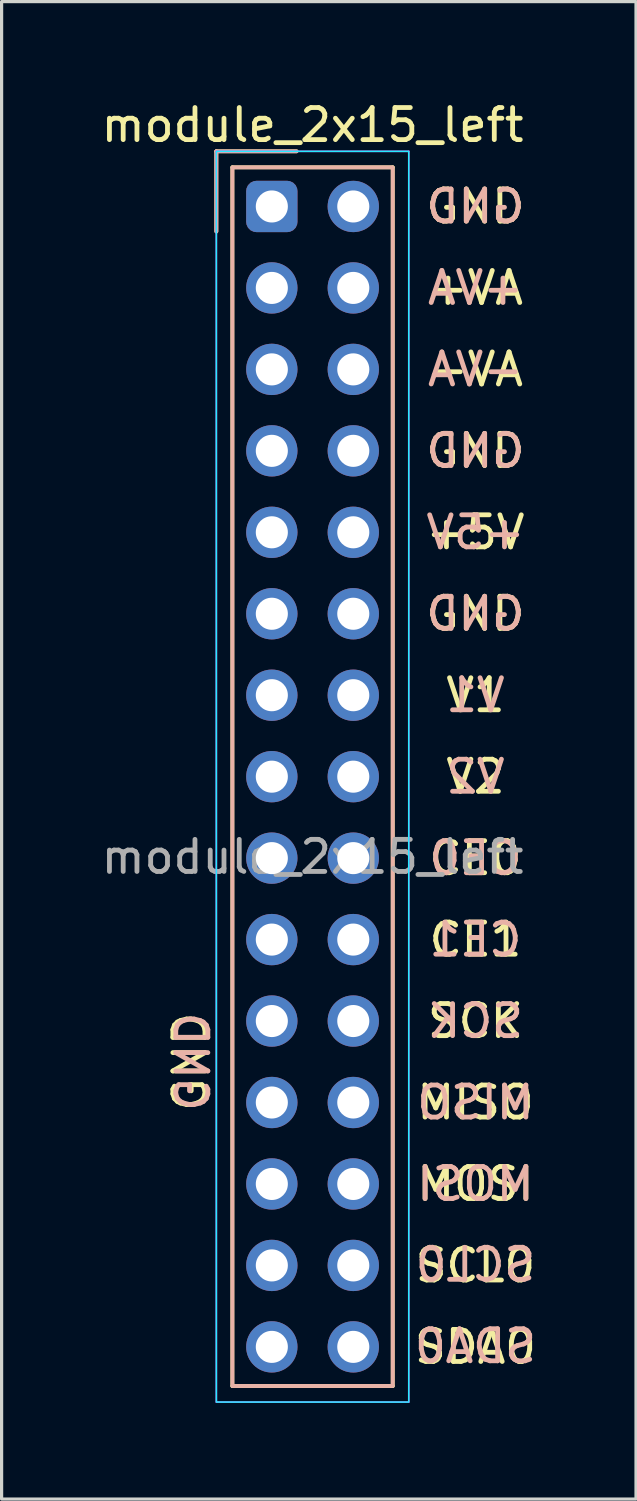
<source format=kicad_pcb>
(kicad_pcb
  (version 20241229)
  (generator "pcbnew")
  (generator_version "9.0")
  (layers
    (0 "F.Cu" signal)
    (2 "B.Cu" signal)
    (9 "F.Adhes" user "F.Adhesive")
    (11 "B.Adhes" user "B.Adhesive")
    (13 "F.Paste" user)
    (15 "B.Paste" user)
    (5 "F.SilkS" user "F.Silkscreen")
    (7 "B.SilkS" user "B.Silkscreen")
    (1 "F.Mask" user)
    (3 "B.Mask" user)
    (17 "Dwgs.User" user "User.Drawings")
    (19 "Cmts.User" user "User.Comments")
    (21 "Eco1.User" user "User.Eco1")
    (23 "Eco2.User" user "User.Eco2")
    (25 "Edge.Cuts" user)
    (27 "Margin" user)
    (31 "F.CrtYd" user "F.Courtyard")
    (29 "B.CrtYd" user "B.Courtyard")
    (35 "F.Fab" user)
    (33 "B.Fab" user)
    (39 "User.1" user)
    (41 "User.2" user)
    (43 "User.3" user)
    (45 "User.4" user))
  (footprint "module_2x15_left"
    (layer "F.Cu")
    (at 6.696 21.168)
    (property "Reference" "module_2x15_left" (at 0 -20.32 0) (unlocked yes) (layer "F.SilkS") (effects (font (size 1 1) (thickness 0.15))))
    (attr through_hole)
    (fp_line (start -3 -19.5) (end -0.5 -19.5) (stroke (width 0.12) (type solid)) (layer "F.SilkS"))
    (fp_line (start -3 -17) (end -3 -19.5) (stroke (width 0.12) (type solid)) (layer "F.SilkS"))
    (fp_line (start -2.5 -19) (end 2.5 -19) (stroke (width 0.12) (type solid)) (layer "F.SilkS"))
    (fp_line (start -2.5 19) (end -2.5 -19) (stroke (width 0.12) (type solid)) (layer "F.SilkS"))
    (fp_line (start 2.5 -19) (end 2.5 19) (stroke (width 0.12) (type solid)) (layer "F.SilkS"))
    (fp_line (start 2.5 19) (end -2.5 19) (stroke (width 0.12) (type solid)) (layer "F.SilkS"))
    (fp_line (start -3 -19.5) (end -0.5 -19.5) (stroke (width 0.12) (type solid)) (layer "B.SilkS"))
    (fp_line (start -3 -17) (end -3 -19.5) (stroke (width 0.12) (type solid)) (layer "B.SilkS"))
    (fp_rect (start -2.5 -19) (end 2.5 19) (stroke (width 0.12) (type solid)) (fill no) (layer "B.SilkS"))
    (fp_rect (start -3 -19.5) (end 3 19.5) (stroke (width 0.05) (type solid)) (fill no) (layer "B.CrtYd"))
    (fp_line (start -3 -19.5) (end 3 -19.5) (stroke (width 0.05) (type solid)) (layer "F.CrtYd"))
    (fp_line (start -3 19.5) (end -3 -19.5) (stroke (width 0.05) (type solid)) (layer "F.CrtYd"))
    (fp_line (start 3 -19.5) (end 3 19.5) (stroke (width 0.05) (type solid)) (layer "F.CrtYd"))
    (fp_line (start 3 19.5) (end -3 19.5) (stroke (width 0.05) (type solid)) (layer "F.CrtYd"))
    (fp_text user "MOSI" (at 5.08 12.7 0) (unlocked yes) (layer "F.SilkS") (effects (font (size 1 1) (thickness 0.15))))
    (fp_text user "-VA" (at 5.08 -12.7 0) (unlocked yes) (layer "F.SilkS") (effects (font (size 1 1) (thickness 0.15))))
    (fp_text user "GND" (at -3.81 8.89 90) (unlocked yes) (layer "F.SilkS") (effects (font (size 1 1) (thickness 0.15))))
    (fp_text user "+VA" (at 5.08 -15.24 0) (unlocked yes) (layer "F.SilkS") (effects (font (size 1 1) (thickness 0.15))))
    (fp_text user "V1" (at 5.08 -2.54 0) (unlocked yes) (layer "F.SilkS") (effects (font (size 1 1) (thickness 0.15))))
    (fp_text user "CE0" (at 5.08 2.54 0) (unlocked yes) (layer "F.SilkS") (effects (font (size 1 1) (thickness 0.15))))
    (fp_text user "V2" (at 5.08 0 0) (unlocked yes) (layer "F.SilkS") (effects (font (size 1 1) (thickness 0.15))))
    (fp_text user "MISO" (at 5.08 10.16 0) (unlocked yes) (layer "F.SilkS") (effects (font (size 1 1) (thickness 0.15))))
    (fp_text user "SCL0" (at 5.08 15.24 0) (unlocked yes) (layer "F.SilkS") (effects (font (size 1 1) (thickness 0.15))))
    (fp_text user "GND" (at 5.08 -5.08 0) (unlocked yes) (layer "F.SilkS") (effects (font (size 1 1) (thickness 0.15))))
    (fp_text user "SCK" (at 5.08 7.62 0) (unlocked yes) (layer "F.SilkS") (effects (font (size 1 1) (thickness 0.15))))
    (fp_text user "SDA0" (at 5.08 17.78 0) (unlocked yes) (layer "F.SilkS") (effects (font (size 1 1) (thickness 0.15))))
    (fp_text user "CE1" (at 5.08 5.08 0) (unlocked yes) (layer "F.SilkS") (effects (font (size 1 1) (thickness 0.15))))
    (fp_text user "+5V" (at 5.08 -7.62 0) (unlocked yes) (layer "F.SilkS") (effects (font (size 1 1) (thickness 0.15))))
    (fp_text user "GND" (at 5.08 -10.16 0) (unlocked yes) (layer "F.SilkS") (effects (font (size 1 1) (thickness 0.15))))
    (fp_text user "GND" (at 5.08 -17.78 0) (unlocked yes) (layer "F.SilkS") (effects (font (size 1 1) (thickness 0.15))))
    (fp_text user "SDA0" (at 5.08 17.759 0) (unlocked yes) (layer "B.SilkS") (effects (font (size 1 1) (thickness 0.15)) (justify mirror)))
    (fp_text user "MISO" (at 5.08 10.16 0) (unlocked yes) (layer "B.SilkS") (effects (font (size 1 1) (thickness 0.15)) (justify mirror)))
    (fp_text user "MOSI" (at 5.08 12.7 0) (unlocked yes) (layer "B.SilkS") (effects (font (size 1 1) (thickness 0.15)) (justify mirror)))
    (fp_text user "SCL0" (at 5.08 15.219 0) (unlocked yes) (layer "B.SilkS") (effects (font (size 1 1) (thickness 0.15)) (justify mirror)))
    (fp_text user "GND" (at 5.08 -5.08 0) (unlocked yes) (layer "B.SilkS") (effects (font (size 1 1) (thickness 0.15)) (justify mirror)))
    (fp_text user "GND" (at 5.08 -17.78 0) (unlocked yes) (layer "B.SilkS") (effects (font (size 1 1) (thickness 0.15)) (justify mirror)))
    (fp_text user "CE0" (at 5.08 2.54 0) (unlocked yes) (layer "B.SilkS") (effects (font (size 1 1) (thickness 0.15)) (justify mirror)))
    (fp_text user "V1" (at 5.08 -2.54 0) (unlocked yes) (layer "B.SilkS") (effects (font (size 1 1) (thickness 0.15)) (justify mirror)))
    (fp_text user "GND" (at -3.81 8.89 270) (unlocked yes) (layer "B.SilkS") (effects (font (size 1 1) (thickness 0.15)) (justify mirror)))
    (fp_text user "-VA" (at 5.08 -12.7 0) (unlocked yes) (layer "B.SilkS") (effects (font (size 1 1) (thickness 0.15)) (justify mirror)))
    (fp_text user "+VA" (at 5.08 -15.24 0) (unlocked yes) (layer "B.SilkS") (effects (font (size 1 1) (thickness 0.15)) (justify mirror)))
    (fp_text user "V2" (at 5.08 0 0) (unlocked yes) (layer "B.SilkS") (effects (font (size 1 1) (thickness 0.15)) (justify mirror)))
    (fp_text user "SCK" (at 5.08 7.62 0) (unlocked yes) (layer "B.SilkS") (effects (font (size 1 1) (thickness 0.15)) (justify mirror)))
    (fp_text user "GND" (at 5.08 -10.16 0) (unlocked yes) (layer "B.SilkS") (effects (font (size 1 1) (thickness 0.15)) (justify mirror)))
    (fp_text user "CE1" (at 5.08 5.08 0) (unlocked yes) (layer "B.SilkS") (effects (font (size 1 1) (thickness 0.15)) (justify mirror)))
    (fp_text user "+5V" (at 5.08 -7.62 0) (unlocked yes) (layer "B.SilkS") (effects (font (size 1 1) (thickness 0.15)) (justify mirror)))
    (fp_text user "${REFERENCE}" (at 0 2.5 0) (unlocked yes) (layer "F.Fab") (effects (font (size 1 1) (thickness 0.15))))
    (pad "1" thru_hole roundrect (at -1.27 -17.78) (size 1.6 1.6) (drill 1) (layers "*.Cu" "*.Mask") (roundrect_rratio 0.2))
    (pad "2" thru_hole circle (at 1.27 -17.78) (size 1.6 1.6) (drill 1) (layers "*.Cu" "*.Mask"))
    (pad "3" thru_hole circle (at -1.27 -15.24) (size 1.6 1.6) (drill 1) (layers "*.Cu" "*.Mask"))
    (pad "4" thru_hole circle (at 1.27 -15.24) (size 1.6 1.6) (drill 1) (layers "*.Cu" "*.Mask"))
    (pad "5" thru_hole circle (at -1.27 -12.7) (size 1.6 1.6) (drill 1) (layers "*.Cu" "*.Mask"))
    (pad "6" thru_hole circle (at 1.27 -12.7) (size 1.6 1.6) (drill 1) (layers "*.Cu" "*.Mask"))
    (pad "7" thru_hole circle (at -1.27 -10.16) (size 1.6 1.6) (drill 1) (layers "*.Cu" "*.Mask"))
    (pad "8" thru_hole circle (at 1.27 -10.16) (size 1.6 1.6) (drill 1) (layers "*.Cu" "*.Mask"))
    (pad "9" thru_hole circle (at -1.27 -7.62) (size 1.6 1.6) (drill 1) (layers "*.Cu" "*.Mask"))
    (pad "10" thru_hole circle (at 1.27 -7.62) (size 1.6 1.6) (drill 1) (layers "*.Cu" "*.Mask"))
    (pad "11" thru_hole circle (at -1.27 -5.08) (size 1.6 1.6) (drill 1) (layers "*.Cu" "*.Mask"))
    (pad "12" thru_hole circle (at 1.27 -5.08) (size 1.6 1.6) (drill 1) (layers "*.Cu" "*.Mask"))
    (pad "13" thru_hole circle (at -1.27 -2.54) (size 1.6 1.6) (drill 1) (layers "*.Cu" "*.Mask"))
    (pad "14" thru_hole circle (at 1.27 -2.54) (size 1.6 1.6) (drill 1) (layers "*.Cu" "*.Mask"))
    (pad "15" thru_hole circle (at -1.27 0) (size 1.6 1.6) (drill 1) (layers "*.Cu" "*.Mask"))
    (pad "16" thru_hole circle (at 1.27 0) (size 1.6 1.6) (drill 1) (layers "*.Cu" "*.Mask"))
    (pad "17" thru_hole circle (at -1.27 2.54) (size 1.6 1.6) (drill 1) (layers "*.Cu" "*.Mask"))
    (pad "18" thru_hole circle (at 1.27 2.54) (size 1.6 1.6) (drill 1) (layers "*.Cu" "*.Mask"))
    (pad "19" thru_hole circle (at -1.27 5.08) (size 1.6 1.6) (drill 1) (layers "*.Cu" "*.Mask"))
    (pad "20" thru_hole circle (at 1.27 5.08) (size 1.6 1.6) (drill 1) (layers "*.Cu" "*.Mask"))
    (pad "21" thru_hole circle (at -1.27 7.62) (size 1.6 1.6) (drill 1) (layers "*.Cu" "*.Mask"))
    (pad "22" thru_hole circle (at 1.27 7.62) (size 1.6 1.6) (drill 1) (layers "*.Cu" "*.Mask"))
    (pad "23" thru_hole circle (at -1.27 10.16) (size 1.6 1.6) (drill 1) (layers "*.Cu" "*.Mask"))
    (pad "24" thru_hole circle (at 1.27 10.16) (size 1.6 1.6) (drill 1) (layers "*.Cu" "*.Mask"))
    (pad "25" thru_hole circle (at -1.27 12.7) (size 1.6 1.6) (drill 1) (layers "*.Cu" "*.Mask"))
    (pad "26" thru_hole circle (at 1.27 12.7) (size 1.6 1.6) (drill 1) (layers "*.Cu" "*.Mask"))
    (pad "27" thru_hole circle (at -1.27 15.24) (size 1.6 1.6) (drill 1) (layers "*.Cu" "*.Mask"))
    (pad "28" thru_hole circle (at 1.27 15.24) (size 1.6 1.6) (drill 1) (layers "*.Cu" "*.Mask"))
    (pad "29" thru_hole circle (at -1.27 17.78) (size 1.6 1.6) (drill 1) (layers "*.Cu" "*.Mask"))
    (pad "30" thru_hole circle (at 1.27 17.78) (size 1.6 1.6) (drill 1) (layers "*.Cu" "*.Mask")))
  (gr_rect
    (start -3 -3)
    (end 16.782 43.693)
    (stroke (width 0.1) (type default))
    (fill no)
    (layer "Edge.Cuts")))
</source>
